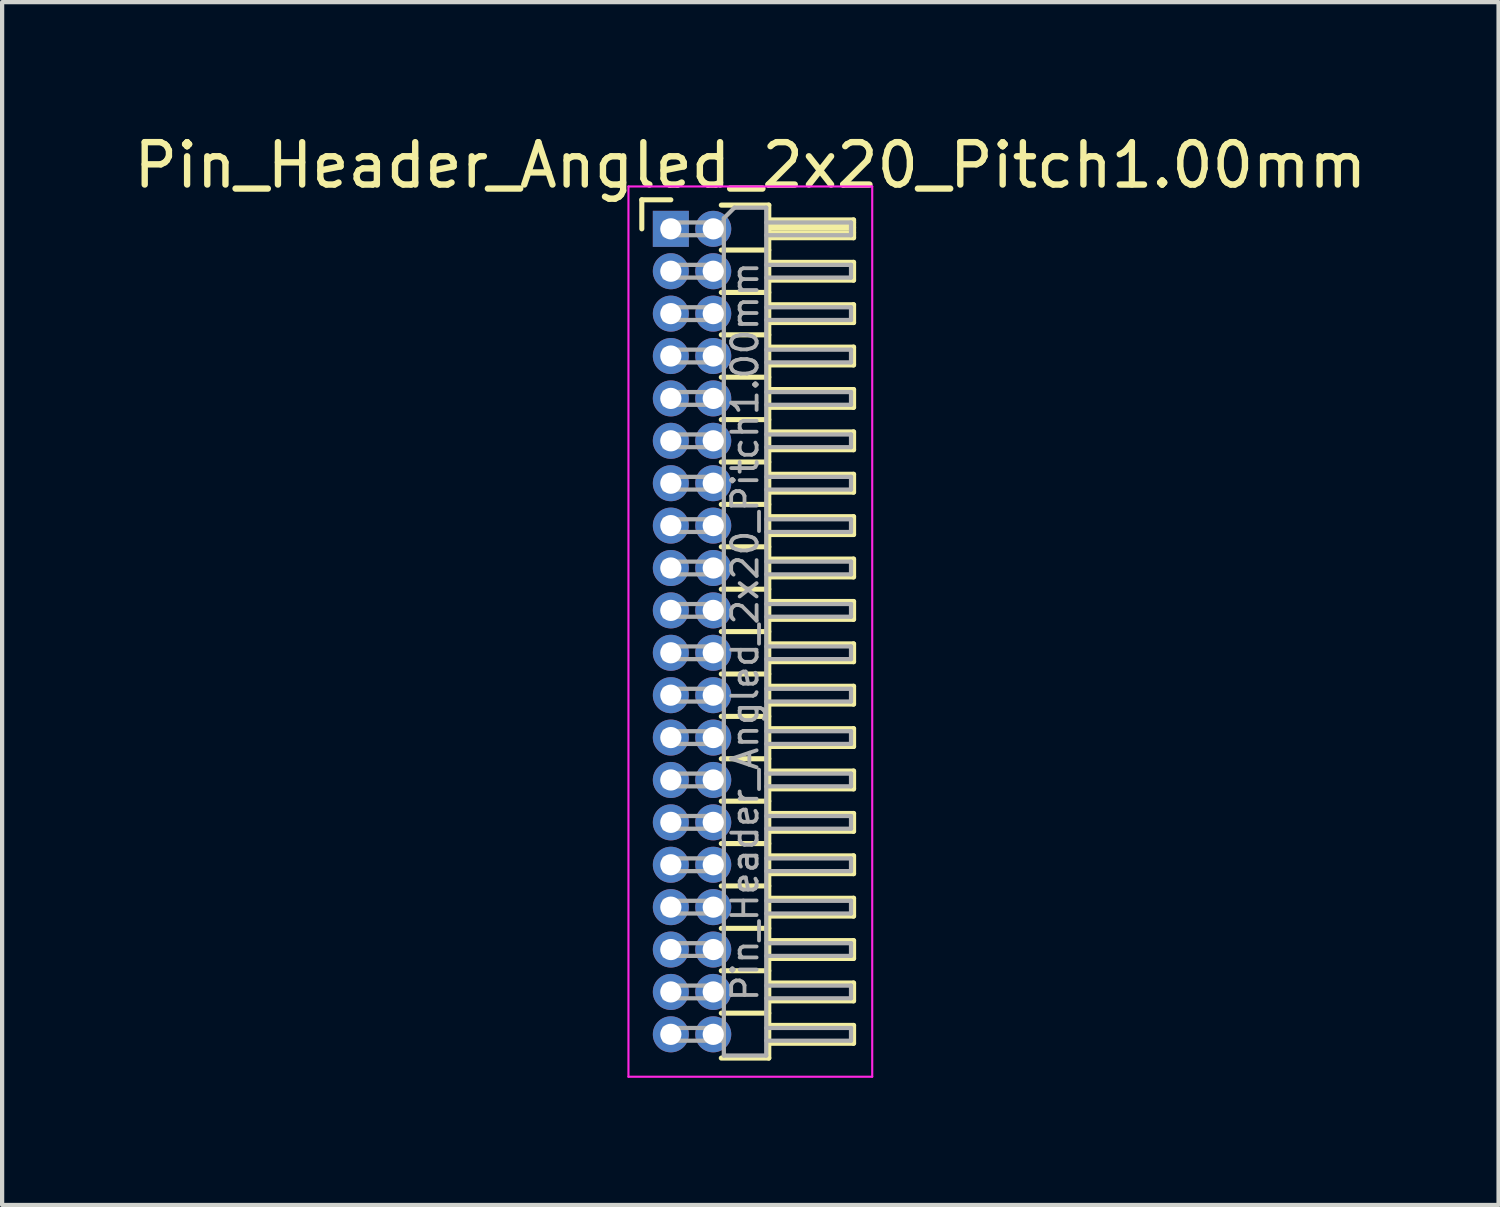
<source format=kicad_pcb>
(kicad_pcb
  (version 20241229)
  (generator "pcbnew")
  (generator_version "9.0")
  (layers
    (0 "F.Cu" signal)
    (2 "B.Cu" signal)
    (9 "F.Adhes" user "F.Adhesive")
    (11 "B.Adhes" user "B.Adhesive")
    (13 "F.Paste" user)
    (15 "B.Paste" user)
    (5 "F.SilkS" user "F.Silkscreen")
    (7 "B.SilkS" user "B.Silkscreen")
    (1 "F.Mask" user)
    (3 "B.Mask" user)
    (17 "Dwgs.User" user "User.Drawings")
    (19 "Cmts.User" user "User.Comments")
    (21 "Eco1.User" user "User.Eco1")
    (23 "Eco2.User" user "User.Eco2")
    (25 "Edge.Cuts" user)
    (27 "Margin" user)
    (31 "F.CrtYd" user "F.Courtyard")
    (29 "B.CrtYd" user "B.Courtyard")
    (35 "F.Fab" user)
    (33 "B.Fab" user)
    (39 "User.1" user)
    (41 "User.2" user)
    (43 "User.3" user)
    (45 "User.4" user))
  (footprint "Pin_Header_Angled_2x20_Pitch1.00mm"
    (layer "F.Cu")
    (at 12.774 2.348)
    (property "Reference" "Pin_Header_Angled_2x20_Pitch1.00mm" (at 1.875 -1.5 0) (layer "F.SilkS") (effects (font (size 1 1) (thickness 0.15))))
    (attr through_hole)
    (fp_line (start -0.685 -0.685) (end 0 -0.685) (stroke (width 0.12) (type solid)) (layer "F.SilkS"))
    (fp_line (start -0.685 0) (end -0.685 -0.685) (stroke (width 0.12) (type solid)) (layer "F.SilkS"))
    (fp_line (start 1.19 -0.56) (end 2.31 -0.56) (stroke (width 0.12) (type solid)) (layer "F.SilkS"))
    (fp_line (start 1.19 0.5) (end 2.31 0.5) (stroke (width 0.12) (type solid)) (layer "F.SilkS"))
    (fp_line (start 1.19 1.5) (end 2.31 1.5) (stroke (width 0.12) (type solid)) (layer "F.SilkS"))
    (fp_line (start 1.19 2.5) (end 2.31 2.5) (stroke (width 0.12) (type solid)) (layer "F.SilkS"))
    (fp_line (start 1.19 3.5) (end 2.31 3.5) (stroke (width 0.12) (type solid)) (layer "F.SilkS"))
    (fp_line (start 1.19 4.5) (end 2.31 4.5) (stroke (width 0.12) (type solid)) (layer "F.SilkS"))
    (fp_line (start 1.19 5.5) (end 2.31 5.5) (stroke (width 0.12) (type solid)) (layer "F.SilkS"))
    (fp_line (start 1.19 6.5) (end 2.31 6.5) (stroke (width 0.12) (type solid)) (layer "F.SilkS"))
    (fp_line (start 1.19 7.5) (end 2.31 7.5) (stroke (width 0.12) (type solid)) (layer "F.SilkS"))
    (fp_line (start 1.19 8.5) (end 2.31 8.5) (stroke (width 0.12) (type solid)) (layer "F.SilkS"))
    (fp_line (start 1.19 9.5) (end 2.31 9.5) (stroke (width 0.12) (type solid)) (layer "F.SilkS"))
    (fp_line (start 1.19 10.5) (end 2.31 10.5) (stroke (width 0.12) (type solid)) (layer "F.SilkS"))
    (fp_line (start 1.19 11.5) (end 2.31 11.5) (stroke (width 0.12) (type solid)) (layer "F.SilkS"))
    (fp_line (start 1.19 12.5) (end 2.31 12.5) (stroke (width 0.12) (type solid)) (layer "F.SilkS"))
    (fp_line (start 1.19 13.5) (end 2.31 13.5) (stroke (width 0.12) (type solid)) (layer "F.SilkS"))
    (fp_line (start 1.19 14.5) (end 2.31 14.5) (stroke (width 0.12) (type solid)) (layer "F.SilkS"))
    (fp_line (start 1.19 15.5) (end 2.31 15.5) (stroke (width 0.12) (type solid)) (layer "F.SilkS"))
    (fp_line (start 1.19 16.5) (end 2.31 16.5) (stroke (width 0.12) (type solid)) (layer "F.SilkS"))
    (fp_line (start 1.19 17.5) (end 2.31 17.5) (stroke (width 0.12) (type solid)) (layer "F.SilkS"))
    (fp_line (start 1.19 18.5) (end 2.31 18.5) (stroke (width 0.12) (type solid)) (layer "F.SilkS"))
    (fp_line (start 2.31 -0.56) (end 2.31 19.56) (stroke (width 0.12) (type solid)) (layer "F.SilkS"))
    (fp_line (start 2.31 -0.21) (end 4.31 -0.21) (stroke (width 0.12) (type solid)) (layer "F.SilkS"))
    (fp_line (start 2.31 -0.15) (end 4.31 -0.15) (stroke (width 0.12) (type solid)) (layer "F.SilkS"))
    (fp_line (start 2.31 -0.03) (end 4.31 -0.03) (stroke (width 0.12) (type solid)) (layer "F.SilkS"))
    (fp_line (start 2.31 0.09) (end 4.31 0.09) (stroke (width 0.12) (type solid)) (layer "F.SilkS"))
    (fp_line (start 2.31 0.79) (end 4.31 0.79) (stroke (width 0.12) (type solid)) (layer "F.SilkS"))
    (fp_line (start 2.31 1.79) (end 4.31 1.79) (stroke (width 0.12) (type solid)) (layer "F.SilkS"))
    (fp_line (start 2.31 2.79) (end 4.31 2.79) (stroke (width 0.12) (type solid)) (layer "F.SilkS"))
    (fp_line (start 2.31 3.79) (end 4.31 3.79) (stroke (width 0.12) (type solid)) (layer "F.SilkS"))
    (fp_line (start 2.31 4.79) (end 4.31 4.79) (stroke (width 0.12) (type solid)) (layer "F.SilkS"))
    (fp_line (start 2.31 5.79) (end 4.31 5.79) (stroke (width 0.12) (type solid)) (layer "F.SilkS"))
    (fp_line (start 2.31 6.79) (end 4.31 6.79) (stroke (width 0.12) (type solid)) (layer "F.SilkS"))
    (fp_line (start 2.31 7.79) (end 4.31 7.79) (stroke (width 0.12) (type solid)) (layer "F.SilkS"))
    (fp_line (start 2.31 8.79) (end 4.31 8.79) (stroke (width 0.12) (type solid)) (layer "F.SilkS"))
    (fp_line (start 2.31 9.79) (end 4.31 9.79) (stroke (width 0.12) (type solid)) (layer "F.SilkS"))
    (fp_line (start 2.31 10.79) (end 4.31 10.79) (stroke (width 0.12) (type solid)) (layer "F.SilkS"))
    (fp_line (start 2.31 11.79) (end 4.31 11.79) (stroke (width 0.12) (type solid)) (layer "F.SilkS"))
    (fp_line (start 2.31 12.79) (end 4.31 12.79) (stroke (width 0.12) (type solid)) (layer "F.SilkS"))
    (fp_line (start 2.31 13.79) (end 4.31 13.79) (stroke (width 0.12) (type solid)) (layer "F.SilkS"))
    (fp_line (start 2.31 14.79) (end 4.31 14.79) (stroke (width 0.12) (type solid)) (layer "F.SilkS"))
    (fp_line (start 2.31 15.79) (end 4.31 15.79) (stroke (width 0.12) (type solid)) (layer "F.SilkS"))
    (fp_line (start 2.31 16.79) (end 4.31 16.79) (stroke (width 0.12) (type solid)) (layer "F.SilkS"))
    (fp_line (start 2.31 17.79) (end 4.31 17.79) (stroke (width 0.12) (type solid)) (layer "F.SilkS"))
    (fp_line (start 2.31 18.79) (end 4.31 18.79) (stroke (width 0.12) (type solid)) (layer "F.SilkS"))
    (fp_line (start 2.31 19.56) (end 1.19 19.56) (stroke (width 0.12) (type solid)) (layer "F.SilkS"))
    (fp_line (start 4.31 -0.21) (end 4.31 0.21) (stroke (width 0.12) (type solid)) (layer "F.SilkS"))
    (fp_line (start 4.31 0.21) (end 2.31 0.21) (stroke (width 0.12) (type solid)) (layer "F.SilkS"))
    (fp_line (start 4.31 0.79) (end 4.31 1.21) (stroke (width 0.12) (type solid)) (layer "F.SilkS"))
    (fp_line (start 4.31 1.21) (end 2.31 1.21) (stroke (width 0.12) (type solid)) (layer "F.SilkS"))
    (fp_line (start 4.31 1.79) (end 4.31 2.21) (stroke (width 0.12) (type solid)) (layer "F.SilkS"))
    (fp_line (start 4.31 2.21) (end 2.31 2.21) (stroke (width 0.12) (type solid)) (layer "F.SilkS"))
    (fp_line (start 4.31 2.79) (end 4.31 3.21) (stroke (width 0.12) (type solid)) (layer "F.SilkS"))
    (fp_line (start 4.31 3.21) (end 2.31 3.21) (stroke (width 0.12) (type solid)) (layer "F.SilkS"))
    (fp_line (start 4.31 3.79) (end 4.31 4.21) (stroke (width 0.12) (type solid)) (layer "F.SilkS"))
    (fp_line (start 4.31 4.21) (end 2.31 4.21) (stroke (width 0.12) (type solid)) (layer "F.SilkS"))
    (fp_line (start 4.31 4.79) (end 4.31 5.21) (stroke (width 0.12) (type solid)) (layer "F.SilkS"))
    (fp_line (start 4.31 5.21) (end 2.31 5.21) (stroke (width 0.12) (type solid)) (layer "F.SilkS"))
    (fp_line (start 4.31 5.79) (end 4.31 6.21) (stroke (width 0.12) (type solid)) (layer "F.SilkS"))
    (fp_line (start 4.31 6.21) (end 2.31 6.21) (stroke (width 0.12) (type solid)) (layer "F.SilkS"))
    (fp_line (start 4.31 6.79) (end 4.31 7.21) (stroke (width 0.12) (type solid)) (layer "F.SilkS"))
    (fp_line (start 4.31 7.21) (end 2.31 7.21) (stroke (width 0.12) (type solid)) (layer "F.SilkS"))
    (fp_line (start 4.31 7.79) (end 4.31 8.21) (stroke (width 0.12) (type solid)) (layer "F.SilkS"))
    (fp_line (start 4.31 8.21) (end 2.31 8.21) (stroke (width 0.12) (type solid)) (layer "F.SilkS"))
    (fp_line (start 4.31 8.79) (end 4.31 9.21) (stroke (width 0.12) (type solid)) (layer "F.SilkS"))
    (fp_line (start 4.31 9.21) (end 2.31 9.21) (stroke (width 0.12) (type solid)) (layer "F.SilkS"))
    (fp_line (start 4.31 9.79) (end 4.31 10.21) (stroke (width 0.12) (type solid)) (layer "F.SilkS"))
    (fp_line (start 4.31 10.21) (end 2.31 10.21) (stroke (width 0.12) (type solid)) (layer "F.SilkS"))
    (fp_line (start 4.31 10.79) (end 4.31 11.21) (stroke (width 0.12) (type solid)) (layer "F.SilkS"))
    (fp_line (start 4.31 11.21) (end 2.31 11.21) (stroke (width 0.12) (type solid)) (layer "F.SilkS"))
    (fp_line (start 4.31 11.79) (end 4.31 12.21) (stroke (width 0.12) (type solid)) (layer "F.SilkS"))
    (fp_line (start 4.31 12.21) (end 2.31 12.21) (stroke (width 0.12) (type solid)) (layer "F.SilkS"))
    (fp_line (start 4.31 12.79) (end 4.31 13.21) (stroke (width 0.12) (type solid)) (layer "F.SilkS"))
    (fp_line (start 4.31 13.21) (end 2.31 13.21) (stroke (width 0.12) (type solid)) (layer "F.SilkS"))
    (fp_line (start 4.31 13.79) (end 4.31 14.21) (stroke (width 0.12) (type solid)) (layer "F.SilkS"))
    (fp_line (start 4.31 14.21) (end 2.31 14.21) (stroke (width 0.12) (type solid)) (layer "F.SilkS"))
    (fp_line (start 4.31 14.79) (end 4.31 15.21) (stroke (width 0.12) (type solid)) (layer "F.SilkS"))
    (fp_line (start 4.31 15.21) (end 2.31 15.21) (stroke (width 0.12) (type solid)) (layer "F.SilkS"))
    (fp_line (start 4.31 15.79) (end 4.31 16.21) (stroke (width 0.12) (type solid)) (layer "F.SilkS"))
    (fp_line (start 4.31 16.21) (end 2.31 16.21) (stroke (width 0.12) (type solid)) (layer "F.SilkS"))
    (fp_line (start 4.31 16.79) (end 4.31 17.21) (stroke (width 0.12) (type solid)) (layer "F.SilkS"))
    (fp_line (start 4.31 17.21) (end 2.31 17.21) (stroke (width 0.12) (type solid)) (layer "F.SilkS"))
    (fp_line (start 4.31 17.79) (end 4.31 18.21) (stroke (width 0.12) (type solid)) (layer "F.SilkS"))
    (fp_line (start 4.31 18.21) (end 2.31 18.21) (stroke (width 0.12) (type solid)) (layer "F.SilkS"))
    (fp_line (start 4.31 18.79) (end 4.31 19.21) (stroke (width 0.12) (type solid)) (layer "F.SilkS"))
    (fp_line (start 4.31 19.21) (end 2.31 19.21) (stroke (width 0.12) (type solid)) (layer "F.SilkS"))
    (fp_line (start -1 -1) (end -1 20) (stroke (width 0.05) (type solid)) (layer "F.CrtYd"))
    (fp_line (start -1 20) (end 4.75 20) (stroke (width 0.05) (type solid)) (layer "F.CrtYd"))
    (fp_line (start 4.75 -1) (end -1 -1) (stroke (width 0.05) (type solid)) (layer "F.CrtYd"))
    (fp_line (start 4.75 20) (end 4.75 -1) (stroke (width 0.05) (type solid)) (layer "F.CrtYd"))
    (fp_line (start -0.15 -0.15) (end -0.15 0.15) (stroke (width 0.1) (type solid)) (layer "F.Fab"))
    (fp_line (start -0.15 -0.15) (end 1.25 -0.15) (stroke (width 0.1) (type solid)) (layer "F.Fab"))
    (fp_line (start -0.15 0.15) (end 1.25 0.15) (stroke (width 0.1) (type solid)) (layer "F.Fab"))
    (fp_line (start -0.15 0.85) (end -0.15 1.15) (stroke (width 0.1) (type solid)) (layer "F.Fab"))
    (fp_line (start -0.15 0.85) (end 1.25 0.85) (stroke (width 0.1) (type solid)) (layer "F.Fab"))
    (fp_line (start -0.15 1.15) (end 1.25 1.15) (stroke (width 0.1) (type solid)) (layer "F.Fab"))
    (fp_line (start -0.15 1.85) (end -0.15 2.15) (stroke (width 0.1) (type solid)) (layer "F.Fab"))
    (fp_line (start -0.15 1.85) (end 1.25 1.85) (stroke (width 0.1) (type solid)) (layer "F.Fab"))
    (fp_line (start -0.15 2.15) (end 1.25 2.15) (stroke (width 0.1) (type solid)) (layer "F.Fab"))
    (fp_line (start -0.15 2.85) (end -0.15 3.15) (stroke (width 0.1) (type solid)) (layer "F.Fab"))
    (fp_line (start -0.15 2.85) (end 1.25 2.85) (stroke (width 0.1) (type solid)) (layer "F.Fab"))
    (fp_line (start -0.15 3.15) (end 1.25 3.15) (stroke (width 0.1) (type solid)) (layer "F.Fab"))
    (fp_line (start -0.15 3.85) (end -0.15 4.15) (stroke (width 0.1) (type solid)) (layer "F.Fab"))
    (fp_line (start -0.15 3.85) (end 1.25 3.85) (stroke (width 0.1) (type solid)) (layer "F.Fab"))
    (fp_line (start -0.15 4.15) (end 1.25 4.15) (stroke (width 0.1) (type solid)) (layer "F.Fab"))
    (fp_line (start -0.15 4.85) (end -0.15 5.15) (stroke (width 0.1) (type solid)) (layer "F.Fab"))
    (fp_line (start -0.15 4.85) (end 1.25 4.85) (stroke (width 0.1) (type solid)) (layer "F.Fab"))
    (fp_line (start -0.15 5.15) (end 1.25 5.15) (stroke (width 0.1) (type solid)) (layer "F.Fab"))
    (fp_line (start -0.15 5.85) (end -0.15 6.15) (stroke (width 0.1) (type solid)) (layer "F.Fab"))
    (fp_line (start -0.15 5.85) (end 1.25 5.85) (stroke (width 0.1) (type solid)) (layer "F.Fab"))
    (fp_line (start -0.15 6.15) (end 1.25 6.15) (stroke (width 0.1) (type solid)) (layer "F.Fab"))
    (fp_line (start -0.15 6.85) (end -0.15 7.15) (stroke (width 0.1) (type solid)) (layer "F.Fab"))
    (fp_line (start -0.15 6.85) (end 1.25 6.85) (stroke (width 0.1) (type solid)) (layer "F.Fab"))
    (fp_line (start -0.15 7.15) (end 1.25 7.15) (stroke (width 0.1) (type solid)) (layer "F.Fab"))
    (fp_line (start -0.15 7.85) (end -0.15 8.15) (stroke (width 0.1) (type solid)) (layer "F.Fab"))
    (fp_line (start -0.15 7.85) (end 1.25 7.85) (stroke (width 0.1) (type solid)) (layer "F.Fab"))
    (fp_line (start -0.15 8.15) (end 1.25 8.15) (stroke (width 0.1) (type solid)) (layer "F.Fab"))
    (fp_line (start -0.15 8.85) (end -0.15 9.15) (stroke (width 0.1) (type solid)) (layer "F.Fab"))
    (fp_line (start -0.15 8.85) (end 1.25 8.85) (stroke (width 0.1) (type solid)) (layer "F.Fab"))
    (fp_line (start -0.15 9.15) (end 1.25 9.15) (stroke (width 0.1) (type solid)) (layer "F.Fab"))
    (fp_line (start -0.15 9.85) (end -0.15 10.15) (stroke (width 0.1) (type solid)) (layer "F.Fab"))
    (fp_line (start -0.15 9.85) (end 1.25 9.85) (stroke (width 0.1) (type solid)) (layer "F.Fab"))
    (fp_line (start -0.15 10.15) (end 1.25 10.15) (stroke (width 0.1) (type solid)) (layer "F.Fab"))
    (fp_line (start -0.15 10.85) (end -0.15 11.15) (stroke (width 0.1) (type solid)) (layer "F.Fab"))
    (fp_line (start -0.15 10.85) (end 1.25 10.85) (stroke (width 0.1) (type solid)) (layer "F.Fab"))
    (fp_line (start -0.15 11.15) (end 1.25 11.15) (stroke (width 0.1) (type solid)) (layer "F.Fab"))
    (fp_line (start -0.15 11.85) (end -0.15 12.15) (stroke (width 0.1) (type solid)) (layer "F.Fab"))
    (fp_line (start -0.15 11.85) (end 1.25 11.85) (stroke (width 0.1) (type solid)) (layer "F.Fab"))
    (fp_line (start -0.15 12.15) (end 1.25 12.15) (stroke (width 0.1) (type solid)) (layer "F.Fab"))
    (fp_line (start -0.15 12.85) (end -0.15 13.15) (stroke (width 0.1) (type solid)) (layer "F.Fab"))
    (fp_line (start -0.15 12.85) (end 1.25 12.85) (stroke (width 0.1) (type solid)) (layer "F.Fab"))
    (fp_line (start -0.15 13.15) (end 1.25 13.15) (stroke (width 0.1) (type solid)) (layer "F.Fab"))
    (fp_line (start -0.15 13.85) (end -0.15 14.15) (stroke (width 0.1) (type solid)) (layer "F.Fab"))
    (fp_line (start -0.15 13.85) (end 1.25 13.85) (stroke (width 0.1) (type solid)) (layer "F.Fab"))
    (fp_line (start -0.15 14.15) (end 1.25 14.15) (stroke (width 0.1) (type solid)) (layer "F.Fab"))
    (fp_line (start -0.15 14.85) (end -0.15 15.15) (stroke (width 0.1) (type solid)) (layer "F.Fab"))
    (fp_line (start -0.15 14.85) (end 1.25 14.85) (stroke (width 0.1) (type solid)) (layer "F.Fab"))
    (fp_line (start -0.15 15.15) (end 1.25 15.15) (stroke (width 0.1) (type solid)) (layer "F.Fab"))
    (fp_line (start -0.15 15.85) (end -0.15 16.15) (stroke (width 0.1) (type solid)) (layer "F.Fab"))
    (fp_line (start -0.15 15.85) (end 1.25 15.85) (stroke (width 0.1) (type solid)) (layer "F.Fab"))
    (fp_line (start -0.15 16.15) (end 1.25 16.15) (stroke (width 0.1) (type solid)) (layer "F.Fab"))
    (fp_line (start -0.15 16.85) (end -0.15 17.15) (stroke (width 0.1) (type solid)) (layer "F.Fab"))
    (fp_line (start -0.15 16.85) (end 1.25 16.85) (stroke (width 0.1) (type solid)) (layer "F.Fab"))
    (fp_line (start -0.15 17.15) (end 1.25 17.15) (stroke (width 0.1) (type solid)) (layer "F.Fab"))
    (fp_line (start -0.15 17.85) (end -0.15 18.15) (stroke (width 0.1) (type solid)) (layer "F.Fab"))
    (fp_line (start -0.15 17.85) (end 1.25 17.85) (stroke (width 0.1) (type solid)) (layer "F.Fab"))
    (fp_line (start -0.15 18.15) (end 1.25 18.15) (stroke (width 0.1) (type solid)) (layer "F.Fab"))
    (fp_line (start -0.15 18.85) (end -0.15 19.15) (stroke (width 0.1) (type solid)) (layer "F.Fab"))
    (fp_line (start -0.15 18.85) (end 1.25 18.85) (stroke (width 0.1) (type solid)) (layer "F.Fab"))
    (fp_line (start -0.15 19.15) (end 1.25 19.15) (stroke (width 0.1) (type solid)) (layer "F.Fab"))
    (fp_line (start 1.25 -0.25) (end 1.5 -0.5) (stroke (width 0.1) (type solid)) (layer "F.Fab"))
    (fp_line (start 1.25 19.5) (end 1.25 -0.25) (stroke (width 0.1) (type solid)) (layer "F.Fab"))
    (fp_line (start 1.5 -0.5) (end 2.25 -0.5) (stroke (width 0.1) (type solid)) (layer "F.Fab"))
    (fp_line (start 2.25 -0.5) (end 2.25 19.5) (stroke (width 0.1) (type solid)) (layer "F.Fab"))
    (fp_line (start 2.25 -0.15) (end 4.25 -0.15) (stroke (width 0.1) (type solid)) (layer "F.Fab"))
    (fp_line (start 2.25 0.15) (end 4.25 0.15) (stroke (width 0.1) (type solid)) (layer "F.Fab"))
    (fp_line (start 2.25 0.85) (end 4.25 0.85) (stroke (width 0.1) (type solid)) (layer "F.Fab"))
    (fp_line (start 2.25 1.15) (end 4.25 1.15) (stroke (width 0.1) (type solid)) (layer "F.Fab"))
    (fp_line (start 2.25 1.85) (end 4.25 1.85) (stroke (width 0.1) (type solid)) (layer "F.Fab"))
    (fp_line (start 2.25 2.15) (end 4.25 2.15) (stroke (width 0.1) (type solid)) (layer "F.Fab"))
    (fp_line (start 2.25 2.85) (end 4.25 2.85) (stroke (width 0.1) (type solid)) (layer "F.Fab"))
    (fp_line (start 2.25 3.15) (end 4.25 3.15) (stroke (width 0.1) (type solid)) (layer "F.Fab"))
    (fp_line (start 2.25 3.85) (end 4.25 3.85) (stroke (width 0.1) (type solid)) (layer "F.Fab"))
    (fp_line (start 2.25 4.15) (end 4.25 4.15) (stroke (width 0.1) (type solid)) (layer "F.Fab"))
    (fp_line (start 2.25 4.85) (end 4.25 4.85) (stroke (width 0.1) (type solid)) (layer "F.Fab"))
    (fp_line (start 2.25 5.15) (end 4.25 5.15) (stroke (width 0.1) (type solid)) (layer "F.Fab"))
    (fp_line (start 2.25 5.85) (end 4.25 5.85) (stroke (width 0.1) (type solid)) (layer "F.Fab"))
    (fp_line (start 2.25 6.15) (end 4.25 6.15) (stroke (width 0.1) (type solid)) (layer "F.Fab"))
    (fp_line (start 2.25 6.85) (end 4.25 6.85) (stroke (width 0.1) (type solid)) (layer "F.Fab"))
    (fp_line (start 2.25 7.15) (end 4.25 7.15) (stroke (width 0.1) (type solid)) (layer "F.Fab"))
    (fp_line (start 2.25 7.85) (end 4.25 7.85) (stroke (width 0.1) (type solid)) (layer "F.Fab"))
    (fp_line (start 2.25 8.15) (end 4.25 8.15) (stroke (width 0.1) (type solid)) (layer "F.Fab"))
    (fp_line (start 2.25 8.85) (end 4.25 8.85) (stroke (width 0.1) (type solid)) (layer "F.Fab"))
    (fp_line (start 2.25 9.15) (end 4.25 9.15) (stroke (width 0.1) (type solid)) (layer "F.Fab"))
    (fp_line (start 2.25 9.85) (end 4.25 9.85) (stroke (width 0.1) (type solid)) (layer "F.Fab"))
    (fp_line (start 2.25 10.15) (end 4.25 10.15) (stroke (width 0.1) (type solid)) (layer "F.Fab"))
    (fp_line (start 2.25 10.85) (end 4.25 10.85) (stroke (width 0.1) (type solid)) (layer "F.Fab"))
    (fp_line (start 2.25 11.15) (end 4.25 11.15) (stroke (width 0.1) (type solid)) (layer "F.Fab"))
    (fp_line (start 2.25 11.85) (end 4.25 11.85) (stroke (width 0.1) (type solid)) (layer "F.Fab"))
    (fp_line (start 2.25 12.15) (end 4.25 12.15) (stroke (width 0.1) (type solid)) (layer "F.Fab"))
    (fp_line (start 2.25 12.85) (end 4.25 12.85) (stroke (width 0.1) (type solid)) (layer "F.Fab"))
    (fp_line (start 2.25 13.15) (end 4.25 13.15) (stroke (width 0.1) (type solid)) (layer "F.Fab"))
    (fp_line (start 2.25 13.85) (end 4.25 13.85) (stroke (width 0.1) (type solid)) (layer "F.Fab"))
    (fp_line (start 2.25 14.15) (end 4.25 14.15) (stroke (width 0.1) (type solid)) (layer "F.Fab"))
    (fp_line (start 2.25 14.85) (end 4.25 14.85) (stroke (width 0.1) (type solid)) (layer "F.Fab"))
    (fp_line (start 2.25 15.15) (end 4.25 15.15) (stroke (width 0.1) (type solid)) (layer "F.Fab"))
    (fp_line (start 2.25 15.85) (end 4.25 15.85) (stroke (width 0.1) (type solid)) (layer "F.Fab"))
    (fp_line (start 2.25 16.15) (end 4.25 16.15) (stroke (width 0.1) (type solid)) (layer "F.Fab"))
    (fp_line (start 2.25 16.85) (end 4.25 16.85) (stroke (width 0.1) (type solid)) (layer "F.Fab"))
    (fp_line (start 2.25 17.15) (end 4.25 17.15) (stroke (width 0.1) (type solid)) (layer "F.Fab"))
    (fp_line (start 2.25 17.85) (end 4.25 17.85) (stroke (width 0.1) (type solid)) (layer "F.Fab"))
    (fp_line (start 2.25 18.15) (end 4.25 18.15) (stroke (width 0.1) (type solid)) (layer "F.Fab"))
    (fp_line (start 2.25 18.85) (end 4.25 18.85) (stroke (width 0.1) (type solid)) (layer "F.Fab"))
    (fp_line (start 2.25 19.15) (end 4.25 19.15) (stroke (width 0.1) (type solid)) (layer "F.Fab"))
    (fp_line (start 2.25 19.5) (end 1.25 19.5) (stroke (width 0.1) (type solid)) (layer "F.Fab"))
    (fp_line (start 4.25 -0.15) (end 4.25 0.15) (stroke (width 0.1) (type solid)) (layer "F.Fab"))
    (fp_line (start 4.25 0.85) (end 4.25 1.15) (stroke (width 0.1) (type solid)) (layer "F.Fab"))
    (fp_line (start 4.25 1.85) (end 4.25 2.15) (stroke (width 0.1) (type solid)) (layer "F.Fab"))
    (fp_line (start 4.25 2.85) (end 4.25 3.15) (stroke (width 0.1) (type solid)) (layer "F.Fab"))
    (fp_line (start 4.25 3.85) (end 4.25 4.15) (stroke (width 0.1) (type solid)) (layer "F.Fab"))
    (fp_line (start 4.25 4.85) (end 4.25 5.15) (stroke (width 0.1) (type solid)) (layer "F.Fab"))
    (fp_line (start 4.25 5.85) (end 4.25 6.15) (stroke (width 0.1) (type solid)) (layer "F.Fab"))
    (fp_line (start 4.25 6.85) (end 4.25 7.15) (stroke (width 0.1) (type solid)) (layer "F.Fab"))
    (fp_line (start 4.25 7.85) (end 4.25 8.15) (stroke (width 0.1) (type solid)) (layer "F.Fab"))
    (fp_line (start 4.25 8.85) (end 4.25 9.15) (stroke (width 0.1) (type solid)) (layer "F.Fab"))
    (fp_line (start 4.25 9.85) (end 4.25 10.15) (stroke (width 0.1) (type solid)) (layer "F.Fab"))
    (fp_line (start 4.25 10.85) (end 4.25 11.15) (stroke (width 0.1) (type solid)) (layer "F.Fab"))
    (fp_line (start 4.25 11.85) (end 4.25 12.15) (stroke (width 0.1) (type solid)) (layer "F.Fab"))
    (fp_line (start 4.25 12.85) (end 4.25 13.15) (stroke (width 0.1) (type solid)) (layer "F.Fab"))
    (fp_line (start 4.25 13.85) (end 4.25 14.15) (stroke (width 0.1) (type solid)) (layer "F.Fab"))
    (fp_line (start 4.25 14.85) (end 4.25 15.15) (stroke (width 0.1) (type solid)) (layer "F.Fab"))
    (fp_line (start 4.25 15.85) (end 4.25 16.15) (stroke (width 0.1) (type solid)) (layer "F.Fab"))
    (fp_line (start 4.25 16.85) (end 4.25 17.15) (stroke (width 0.1) (type solid)) (layer "F.Fab"))
    (fp_line (start 4.25 17.85) (end 4.25 18.15) (stroke (width 0.1) (type solid)) (layer "F.Fab"))
    (fp_line (start 4.25 18.85) (end 4.25 19.15) (stroke (width 0.1) (type solid)) (layer "F.Fab"))
    (fp_text user "${REFERENCE}" (at 1.75 9.5 90) (layer "F.Fab") (effects (font (size 0.6 0.6) (thickness 0.09))))
    (pad "1" thru_hole rect (at 0 0) (size 0.85 0.85) (drill 0.5) (layers "*.Cu" "*.Mask"))
    (pad "2" thru_hole oval (at 1 0) (size 0.85 0.85) (drill 0.5) (layers "*.Cu" "*.Mask"))
    (pad "3" thru_hole oval (at 0 1) (size 0.85 0.85) (drill 0.5) (layers "*.Cu" "*.Mask"))
    (pad "4" thru_hole oval (at 1 1) (size 0.85 0.85) (drill 0.5) (layers "*.Cu" "*.Mask"))
    (pad "5" thru_hole oval (at 0 2) (size 0.85 0.85) (drill 0.5) (layers "*.Cu" "*.Mask"))
    (pad "6" thru_hole oval (at 1 2) (size 0.85 0.85) (drill 0.5) (layers "*.Cu" "*.Mask"))
    (pad "7" thru_hole oval (at 0 3) (size 0.85 0.85) (drill 0.5) (layers "*.Cu" "*.Mask"))
    (pad "8" thru_hole oval (at 1 3) (size 0.85 0.85) (drill 0.5) (layers "*.Cu" "*.Mask"))
    (pad "9" thru_hole oval (at 0 4) (size 0.85 0.85) (drill 0.5) (layers "*.Cu" "*.Mask"))
    (pad "10" thru_hole oval (at 1 4) (size 0.85 0.85) (drill 0.5) (layers "*.Cu" "*.Mask"))
    (pad "11" thru_hole oval (at 0 5) (size 0.85 0.85) (drill 0.5) (layers "*.Cu" "*.Mask"))
    (pad "12" thru_hole oval (at 1 5) (size 0.85 0.85) (drill 0.5) (layers "*.Cu" "*.Mask"))
    (pad "13" thru_hole oval (at 0 6) (size 0.85 0.85) (drill 0.5) (layers "*.Cu" "*.Mask"))
    (pad "14" thru_hole oval (at 1 6) (size 0.85 0.85) (drill 0.5) (layers "*.Cu" "*.Mask"))
    (pad "15" thru_hole oval (at 0 7) (size 0.85 0.85) (drill 0.5) (layers "*.Cu" "*.Mask"))
    (pad "16" thru_hole oval (at 1 7) (size 0.85 0.85) (drill 0.5) (layers "*.Cu" "*.Mask"))
    (pad "17" thru_hole oval (at 0 8) (size 0.85 0.85) (drill 0.5) (layers "*.Cu" "*.Mask"))
    (pad "18" thru_hole oval (at 1 8) (size 0.85 0.85) (drill 0.5) (layers "*.Cu" "*.Mask"))
    (pad "19" thru_hole oval (at 0 9) (size 0.85 0.85) (drill 0.5) (layers "*.Cu" "*.Mask"))
    (pad "20" thru_hole oval (at 1 9) (size 0.85 0.85) (drill 0.5) (layers "*.Cu" "*.Mask"))
    (pad "21" thru_hole oval (at 0 10) (size 0.85 0.85) (drill 0.5) (layers "*.Cu" "*.Mask"))
    (pad "22" thru_hole oval (at 1 10) (size 0.85 0.85) (drill 0.5) (layers "*.Cu" "*.Mask"))
    (pad "23" thru_hole oval (at 0 11) (size 0.85 0.85) (drill 0.5) (layers "*.Cu" "*.Mask"))
    (pad "24" thru_hole oval (at 1 11) (size 0.85 0.85) (drill 0.5) (layers "*.Cu" "*.Mask"))
    (pad "25" thru_hole oval (at 0 12) (size 0.85 0.85) (drill 0.5) (layers "*.Cu" "*.Mask"))
    (pad "26" thru_hole oval (at 1 12) (size 0.85 0.85) (drill 0.5) (layers "*.Cu" "*.Mask"))
    (pad "27" thru_hole oval (at 0 13) (size 0.85 0.85) (drill 0.5) (layers "*.Cu" "*.Mask"))
    (pad "28" thru_hole oval (at 1 13) (size 0.85 0.85) (drill 0.5) (layers "*.Cu" "*.Mask"))
    (pad "29" thru_hole oval (at 0 14) (size 0.85 0.85) (drill 0.5) (layers "*.Cu" "*.Mask"))
    (pad "30" thru_hole oval (at 1 14) (size 0.85 0.85) (drill 0.5) (layers "*.Cu" "*.Mask"))
    (pad "31" thru_hole oval (at 0 15) (size 0.85 0.85) (drill 0.5) (layers "*.Cu" "*.Mask"))
    (pad "32" thru_hole oval (at 1 15) (size 0.85 0.85) (drill 0.5) (layers "*.Cu" "*.Mask"))
    (pad "33" thru_hole oval (at 0 16) (size 0.85 0.85) (drill 0.5) (layers "*.Cu" "*.Mask"))
    (pad "34" thru_hole oval (at 1 16) (size 0.85 0.85) (drill 0.5) (layers "*.Cu" "*.Mask"))
    (pad "35" thru_hole oval (at 0 17) (size 0.85 0.85) (drill 0.5) (layers "*.Cu" "*.Mask"))
    (pad "36" thru_hole oval (at 1 17) (size 0.85 0.85) (drill 0.5) (layers "*.Cu" "*.Mask"))
    (pad "37" thru_hole oval (at 0 18) (size 0.85 0.85) (drill 0.5) (layers "*.Cu" "*.Mask"))
    (pad "38" thru_hole oval (at 1 18) (size 0.85 0.85) (drill 0.5) (layers "*.Cu" "*.Mask"))
    (pad "39" thru_hole oval (at 0 19) (size 0.85 0.85) (drill 0.5) (layers "*.Cu" "*.Mask"))
    (pad "40" thru_hole oval (at 1 19) (size 0.85 0.85) (drill 0.5) (layers "*.Cu" "*.Mask")))
  (gr_rect
    (start -3 -3)
    (end 32.298 25.373)
    (stroke (width 0.1) (type default))
    (fill no)
    (layer "Edge.Cuts")))
</source>
